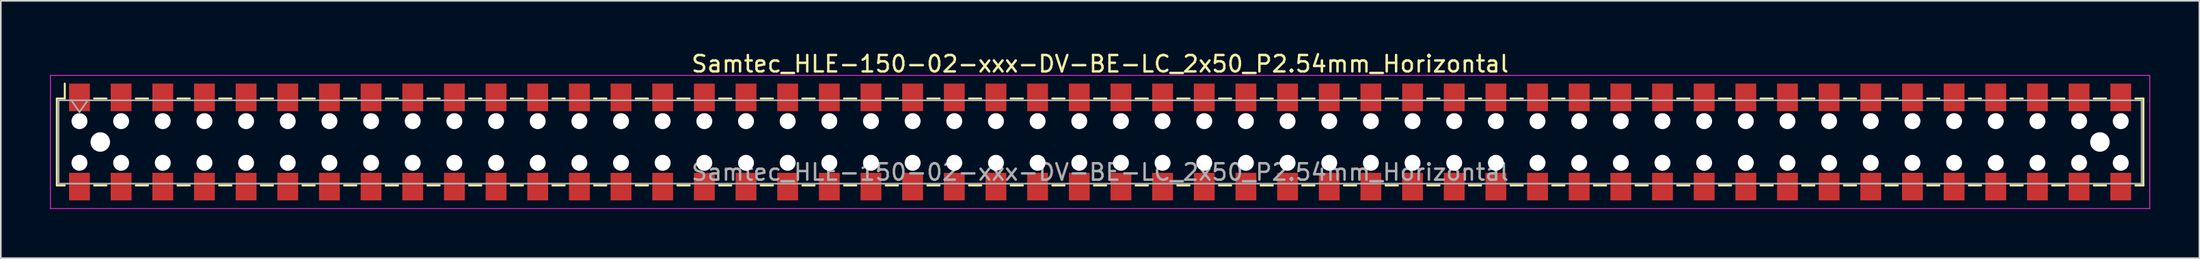
<source format=kicad_pcb>
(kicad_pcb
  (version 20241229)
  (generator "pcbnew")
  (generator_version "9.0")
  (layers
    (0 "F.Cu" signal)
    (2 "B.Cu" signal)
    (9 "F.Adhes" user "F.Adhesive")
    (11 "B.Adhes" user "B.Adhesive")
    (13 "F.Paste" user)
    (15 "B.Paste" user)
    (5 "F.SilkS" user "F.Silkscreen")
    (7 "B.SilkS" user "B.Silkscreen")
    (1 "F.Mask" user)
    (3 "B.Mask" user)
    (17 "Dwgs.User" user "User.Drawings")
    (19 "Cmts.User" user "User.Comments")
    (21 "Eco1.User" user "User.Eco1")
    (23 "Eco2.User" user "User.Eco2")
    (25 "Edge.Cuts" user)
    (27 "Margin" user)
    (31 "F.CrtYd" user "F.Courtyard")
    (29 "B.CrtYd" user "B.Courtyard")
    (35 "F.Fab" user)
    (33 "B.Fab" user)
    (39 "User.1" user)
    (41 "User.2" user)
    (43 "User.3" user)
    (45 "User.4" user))
  (footprint "Samtec_HLE-150-02-xxx-DV-BE-LC_2x50_P2.54mm_Horizontal"
    (layer "F.Cu")
    (at 64.025 5.608)
    (property "Reference" "Samtec_HLE-150-02-xxx-DV-BE-LC_2x50_P2.54mm_Horizontal" (at 0 -4.76 0) (layer "F.SilkS") (effects (font (size 1 1) (thickness 0.15))))
    (attr smd)
    (fp_line (start -63.61 -2.65) (end -63.61 2.65) (stroke (width 0.12) (type solid)) (layer "F.SilkS"))
    (fp_line (start -63.61 2.65) (end -63.125 2.65) (stroke (width 0.12) (type solid)) (layer "F.SilkS"))
    (fp_line (start -63.125 -3.56) (end -63.125 -2.65) (stroke (width 0.12) (type solid)) (layer "F.SilkS"))
    (fp_line (start -63.125 -2.65) (end -63.61 -2.65) (stroke (width 0.12) (type solid)) (layer "F.SilkS"))
    (fp_line (start -61.335 -2.65) (end -60.585 -2.65) (stroke (width 0.12) (type solid)) (layer "F.SilkS"))
    (fp_line (start -61.335 2.65) (end -60.585 2.65) (stroke (width 0.12) (type solid)) (layer "F.SilkS"))
    (fp_line (start -58.795 -2.65) (end -58.045 -2.65) (stroke (width 0.12) (type solid)) (layer "F.SilkS"))
    (fp_line (start -58.795 2.65) (end -58.045 2.65) (stroke (width 0.12) (type solid)) (layer "F.SilkS"))
    (fp_line (start -56.255 -2.65) (end -55.505 -2.65) (stroke (width 0.12) (type solid)) (layer "F.SilkS"))
    (fp_line (start -56.255 2.65) (end -55.505 2.65) (stroke (width 0.12) (type solid)) (layer "F.SilkS"))
    (fp_line (start -53.715 -2.65) (end -52.965 -2.65) (stroke (width 0.12) (type solid)) (layer "F.SilkS"))
    (fp_line (start -53.715 2.65) (end -52.965 2.65) (stroke (width 0.12) (type solid)) (layer "F.SilkS"))
    (fp_line (start -51.175 -2.65) (end -50.425 -2.65) (stroke (width 0.12) (type solid)) (layer "F.SilkS"))
    (fp_line (start -51.175 2.65) (end -50.425 2.65) (stroke (width 0.12) (type solid)) (layer "F.SilkS"))
    (fp_line (start -48.635 -2.65) (end -47.885 -2.65) (stroke (width 0.12) (type solid)) (layer "F.SilkS"))
    (fp_line (start -48.635 2.65) (end -47.885 2.65) (stroke (width 0.12) (type solid)) (layer "F.SilkS"))
    (fp_line (start -46.095 -2.65) (end -45.345 -2.65) (stroke (width 0.12) (type solid)) (layer "F.SilkS"))
    (fp_line (start -46.095 2.65) (end -45.345 2.65) (stroke (width 0.12) (type solid)) (layer "F.SilkS"))
    (fp_line (start -43.555 -2.65) (end -42.805 -2.65) (stroke (width 0.12) (type solid)) (layer "F.SilkS"))
    (fp_line (start -43.555 2.65) (end -42.805 2.65) (stroke (width 0.12) (type solid)) (layer "F.SilkS"))
    (fp_line (start -41.015 -2.65) (end -40.265 -2.65) (stroke (width 0.12) (type solid)) (layer "F.SilkS"))
    (fp_line (start -41.015 2.65) (end -40.265 2.65) (stroke (width 0.12) (type solid)) (layer "F.SilkS"))
    (fp_line (start -38.475 -2.65) (end -37.725 -2.65) (stroke (width 0.12) (type solid)) (layer "F.SilkS"))
    (fp_line (start -38.475 2.65) (end -37.725 2.65) (stroke (width 0.12) (type solid)) (layer "F.SilkS"))
    (fp_line (start -35.935 -2.65) (end -35.185 -2.65) (stroke (width 0.12) (type solid)) (layer "F.SilkS"))
    (fp_line (start -35.935 2.65) (end -35.185 2.65) (stroke (width 0.12) (type solid)) (layer "F.SilkS"))
    (fp_line (start -33.395 -2.65) (end -32.645 -2.65) (stroke (width 0.12) (type solid)) (layer "F.SilkS"))
    (fp_line (start -33.395 2.65) (end -32.645 2.65) (stroke (width 0.12) (type solid)) (layer "F.SilkS"))
    (fp_line (start -30.855 -2.65) (end -30.105 -2.65) (stroke (width 0.12) (type solid)) (layer "F.SilkS"))
    (fp_line (start -30.855 2.65) (end -30.105 2.65) (stroke (width 0.12) (type solid)) (layer "F.SilkS"))
    (fp_line (start -28.315 -2.65) (end -27.565 -2.65) (stroke (width 0.12) (type solid)) (layer "F.SilkS"))
    (fp_line (start -28.315 2.65) (end -27.565 2.65) (stroke (width 0.12) (type solid)) (layer "F.SilkS"))
    (fp_line (start -25.775 -2.65) (end -25.025 -2.65) (stroke (width 0.12) (type solid)) (layer "F.SilkS"))
    (fp_line (start -25.775 2.65) (end -25.025 2.65) (stroke (width 0.12) (type solid)) (layer "F.SilkS"))
    (fp_line (start -23.235 -2.65) (end -22.485 -2.65) (stroke (width 0.12) (type solid)) (layer "F.SilkS"))
    (fp_line (start -23.235 2.65) (end -22.485 2.65) (stroke (width 0.12) (type solid)) (layer "F.SilkS"))
    (fp_line (start -20.695 -2.65) (end -19.945 -2.65) (stroke (width 0.12) (type solid)) (layer "F.SilkS"))
    (fp_line (start -20.695 2.65) (end -19.945 2.65) (stroke (width 0.12) (type solid)) (layer "F.SilkS"))
    (fp_line (start -18.155 -2.65) (end -17.405 -2.65) (stroke (width 0.12) (type solid)) (layer "F.SilkS"))
    (fp_line (start -18.155 2.65) (end -17.405 2.65) (stroke (width 0.12) (type solid)) (layer "F.SilkS"))
    (fp_line (start -15.615 -2.65) (end -14.865 -2.65) (stroke (width 0.12) (type solid)) (layer "F.SilkS"))
    (fp_line (start -15.615 2.65) (end -14.865 2.65) (stroke (width 0.12) (type solid)) (layer "F.SilkS"))
    (fp_line (start -13.075 -2.65) (end -12.325 -2.65) (stroke (width 0.12) (type solid)) (layer "F.SilkS"))
    (fp_line (start -13.075 2.65) (end -12.325 2.65) (stroke (width 0.12) (type solid)) (layer "F.SilkS"))
    (fp_line (start -10.535 -2.65) (end -9.785 -2.65) (stroke (width 0.12) (type solid)) (layer "F.SilkS"))
    (fp_line (start -10.535 2.65) (end -9.785 2.65) (stroke (width 0.12) (type solid)) (layer "F.SilkS"))
    (fp_line (start -7.995 -2.65) (end -7.245 -2.65) (stroke (width 0.12) (type solid)) (layer "F.SilkS"))
    (fp_line (start -7.995 2.65) (end -7.245 2.65) (stroke (width 0.12) (type solid)) (layer "F.SilkS"))
    (fp_line (start -5.455 -2.65) (end -4.705 -2.65) (stroke (width 0.12) (type solid)) (layer "F.SilkS"))
    (fp_line (start -5.455 2.65) (end -4.705 2.65) (stroke (width 0.12) (type solid)) (layer "F.SilkS"))
    (fp_line (start -2.915 -2.65) (end -2.165 -2.65) (stroke (width 0.12) (type solid)) (layer "F.SilkS"))
    (fp_line (start -2.915 2.65) (end -2.165 2.65) (stroke (width 0.12) (type solid)) (layer "F.SilkS"))
    (fp_line (start -0.375 -2.65) (end 0.375 -2.65) (stroke (width 0.12) (type solid)) (layer "F.SilkS"))
    (fp_line (start -0.375 2.65) (end 0.375 2.65) (stroke (width 0.12) (type solid)) (layer "F.SilkS"))
    (fp_line (start 2.165 -2.65) (end 2.915 -2.65) (stroke (width 0.12) (type solid)) (layer "F.SilkS"))
    (fp_line (start 2.165 2.65) (end 2.915 2.65) (stroke (width 0.12) (type solid)) (layer "F.SilkS"))
    (fp_line (start 4.705 -2.65) (end 5.455 -2.65) (stroke (width 0.12) (type solid)) (layer "F.SilkS"))
    (fp_line (start 4.705 2.65) (end 5.455 2.65) (stroke (width 0.12) (type solid)) (layer "F.SilkS"))
    (fp_line (start 7.245 -2.65) (end 7.995 -2.65) (stroke (width 0.12) (type solid)) (layer "F.SilkS"))
    (fp_line (start 7.245 2.65) (end 7.995 2.65) (stroke (width 0.12) (type solid)) (layer "F.SilkS"))
    (fp_line (start 9.785 -2.65) (end 10.535 -2.65) (stroke (width 0.12) (type solid)) (layer "F.SilkS"))
    (fp_line (start 9.785 2.65) (end 10.535 2.65) (stroke (width 0.12) (type solid)) (layer "F.SilkS"))
    (fp_line (start 12.325 -2.65) (end 13.075 -2.65) (stroke (width 0.12) (type solid)) (layer "F.SilkS"))
    (fp_line (start 12.325 2.65) (end 13.075 2.65) (stroke (width 0.12) (type solid)) (layer "F.SilkS"))
    (fp_line (start 14.865 -2.65) (end 15.615 -2.65) (stroke (width 0.12) (type solid)) (layer "F.SilkS"))
    (fp_line (start 14.865 2.65) (end 15.615 2.65) (stroke (width 0.12) (type solid)) (layer "F.SilkS"))
    (fp_line (start 17.405 -2.65) (end 18.155 -2.65) (stroke (width 0.12) (type solid)) (layer "F.SilkS"))
    (fp_line (start 17.405 2.65) (end 18.155 2.65) (stroke (width 0.12) (type solid)) (layer "F.SilkS"))
    (fp_line (start 19.945 -2.65) (end 20.695 -2.65) (stroke (width 0.12) (type solid)) (layer "F.SilkS"))
    (fp_line (start 19.945 2.65) (end 20.695 2.65) (stroke (width 0.12) (type solid)) (layer "F.SilkS"))
    (fp_line (start 22.485 -2.65) (end 23.235 -2.65) (stroke (width 0.12) (type solid)) (layer "F.SilkS"))
    (fp_line (start 22.485 2.65) (end 23.235 2.65) (stroke (width 0.12) (type solid)) (layer "F.SilkS"))
    (fp_line (start 25.025 -2.65) (end 25.775 -2.65) (stroke (width 0.12) (type solid)) (layer "F.SilkS"))
    (fp_line (start 25.025 2.65) (end 25.775 2.65) (stroke (width 0.12) (type solid)) (layer "F.SilkS"))
    (fp_line (start 27.565 -2.65) (end 28.315 -2.65) (stroke (width 0.12) (type solid)) (layer "F.SilkS"))
    (fp_line (start 27.565 2.65) (end 28.315 2.65) (stroke (width 0.12) (type solid)) (layer "F.SilkS"))
    (fp_line (start 30.105 -2.65) (end 30.855 -2.65) (stroke (width 0.12) (type solid)) (layer "F.SilkS"))
    (fp_line (start 30.105 2.65) (end 30.855 2.65) (stroke (width 0.12) (type solid)) (layer "F.SilkS"))
    (fp_line (start 32.645 -2.65) (end 33.395 -2.65) (stroke (width 0.12) (type solid)) (layer "F.SilkS"))
    (fp_line (start 32.645 2.65) (end 33.395 2.65) (stroke (width 0.12) (type solid)) (layer "F.SilkS"))
    (fp_line (start 35.185 -2.65) (end 35.935 -2.65) (stroke (width 0.12) (type solid)) (layer "F.SilkS"))
    (fp_line (start 35.185 2.65) (end 35.935 2.65) (stroke (width 0.12) (type solid)) (layer "F.SilkS"))
    (fp_line (start 37.725 -2.65) (end 38.475 -2.65) (stroke (width 0.12) (type solid)) (layer "F.SilkS"))
    (fp_line (start 37.725 2.65) (end 38.475 2.65) (stroke (width 0.12) (type solid)) (layer "F.SilkS"))
    (fp_line (start 40.265 -2.65) (end 41.015 -2.65) (stroke (width 0.12) (type solid)) (layer "F.SilkS"))
    (fp_line (start 40.265 2.65) (end 41.015 2.65) (stroke (width 0.12) (type solid)) (layer "F.SilkS"))
    (fp_line (start 42.805 -2.65) (end 43.555 -2.65) (stroke (width 0.12) (type solid)) (layer "F.SilkS"))
    (fp_line (start 42.805 2.65) (end 43.555 2.65) (stroke (width 0.12) (type solid)) (layer "F.SilkS"))
    (fp_line (start 45.345 -2.65) (end 46.095 -2.65) (stroke (width 0.12) (type solid)) (layer "F.SilkS"))
    (fp_line (start 45.345 2.65) (end 46.095 2.65) (stroke (width 0.12) (type solid)) (layer "F.SilkS"))
    (fp_line (start 47.885 -2.65) (end 48.635 -2.65) (stroke (width 0.12) (type solid)) (layer "F.SilkS"))
    (fp_line (start 47.885 2.65) (end 48.635 2.65) (stroke (width 0.12) (type solid)) (layer "F.SilkS"))
    (fp_line (start 50.425 -2.65) (end 51.175 -2.65) (stroke (width 0.12) (type solid)) (layer "F.SilkS"))
    (fp_line (start 50.425 2.65) (end 51.175 2.65) (stroke (width 0.12) (type solid)) (layer "F.SilkS"))
    (fp_line (start 52.965 -2.65) (end 53.715 -2.65) (stroke (width 0.12) (type solid)) (layer "F.SilkS"))
    (fp_line (start 52.965 2.65) (end 53.715 2.65) (stroke (width 0.12) (type solid)) (layer "F.SilkS"))
    (fp_line (start 55.505 -2.65) (end 56.255 -2.65) (stroke (width 0.12) (type solid)) (layer "F.SilkS"))
    (fp_line (start 55.505 2.65) (end 56.255 2.65) (stroke (width 0.12) (type solid)) (layer "F.SilkS"))
    (fp_line (start 58.045 -2.65) (end 58.795 -2.65) (stroke (width 0.12) (type solid)) (layer "F.SilkS"))
    (fp_line (start 58.045 2.65) (end 58.795 2.65) (stroke (width 0.12) (type solid)) (layer "F.SilkS"))
    (fp_line (start 60.585 -2.65) (end 61.335 -2.65) (stroke (width 0.12) (type solid)) (layer "F.SilkS"))
    (fp_line (start 60.585 2.65) (end 61.335 2.65) (stroke (width 0.12) (type solid)) (layer "F.SilkS"))
    (fp_line (start 63.125 -2.65) (end 63.61 -2.65) (stroke (width 0.12) (type solid)) (layer "F.SilkS"))
    (fp_line (start 63.61 -2.65) (end 63.61 2.65) (stroke (width 0.12) (type solid)) (layer "F.SilkS"))
    (fp_line (start 63.61 2.65) (end 63.125 2.65) (stroke (width 0.12) (type solid)) (layer "F.SilkS"))
    (fp_line (start -64 -4.06) (end 64 -4.06) (stroke (width 0.05) (type solid)) (layer "F.CrtYd"))
    (fp_line (start -64 4.06) (end -64 -4.06) (stroke (width 0.05) (type solid)) (layer "F.CrtYd"))
    (fp_line (start 64 -4.06) (end 64 4.06) (stroke (width 0.05) (type solid)) (layer "F.CrtYd"))
    (fp_line (start 64 4.06) (end -64 4.06) (stroke (width 0.05) (type solid)) (layer "F.CrtYd"))
    (fp_line (start -63.5 -2.54) (end 63.5 -2.54) (stroke (width 0.1) (type solid)) (layer "F.Fab"))
    (fp_line (start -63.5 2.54) (end -63.5 -2.54) (stroke (width 0.1) (type solid)) (layer "F.Fab"))
    (fp_line (start -62.73 -2.54) (end -62.23 -1.833) (stroke (width 0.1) (type solid)) (layer "F.Fab"))
    (fp_line (start -62.23 -1.833) (end -61.73 -2.54) (stroke (width 0.1) (type solid)) (layer "F.Fab"))
    (fp_line (start 63.5 -2.54) (end 63.5 2.54) (stroke (width 0.1) (type solid)) (layer "F.Fab"))
    (fp_line (start 63.5 2.54) (end -63.5 2.54) (stroke (width 0.1) (type solid)) (layer "F.Fab"))
    (fp_text user "${REFERENCE}" (at 0 1.84 0) (layer "F.Fab") (effects (font (size 1 1) (thickness 0.15))))
    (pad "" np_thru_hole circle (at -62.23 -1.27) (size 0.97 0.97) (drill 0.97) (layers "*.Cu" "*.Mask"))
    (pad "" np_thru_hole circle (at -62.23 1.27) (size 0.97 0.97) (drill 0.97) (layers "*.Cu" "*.Mask"))
    (pad "" np_thru_hole circle (at -60.96 0) (size 1.19 1.19) (drill 1.19) (layers "*.Cu" "*.Mask"))
    (pad "" np_thru_hole circle (at -59.69 -1.27) (size 0.97 0.97) (drill 0.97) (layers "*.Cu" "*.Mask"))
    (pad "" np_thru_hole circle (at -59.69 1.27) (size 0.97 0.97) (drill 0.97) (layers "*.Cu" "*.Mask"))
    (pad "" np_thru_hole circle (at -57.15 -1.27) (size 0.97 0.97) (drill 0.97) (layers "*.Cu" "*.Mask"))
    (pad "" np_thru_hole circle (at -57.15 1.27) (size 0.97 0.97) (drill 0.97) (layers "*.Cu" "*.Mask"))
    (pad "" np_thru_hole circle (at -54.61 -1.27) (size 0.97 0.97) (drill 0.97) (layers "*.Cu" "*.Mask"))
    (pad "" np_thru_hole circle (at -54.61 1.27) (size 0.97 0.97) (drill 0.97) (layers "*.Cu" "*.Mask"))
    (pad "" np_thru_hole circle (at -52.07 -1.27) (size 0.97 0.97) (drill 0.97) (layers "*.Cu" "*.Mask"))
    (pad "" np_thru_hole circle (at -52.07 1.27) (size 0.97 0.97) (drill 0.97) (layers "*.Cu" "*.Mask"))
    (pad "" np_thru_hole circle (at -49.53 -1.27) (size 0.97 0.97) (drill 0.97) (layers "*.Cu" "*.Mask"))
    (pad "" np_thru_hole circle (at -49.53 1.27) (size 0.97 0.97) (drill 0.97) (layers "*.Cu" "*.Mask"))
    (pad "" np_thru_hole circle (at -46.99 -1.27) (size 0.97 0.97) (drill 0.97) (layers "*.Cu" "*.Mask"))
    (pad "" np_thru_hole circle (at -46.99 1.27) (size 0.97 0.97) (drill 0.97) (layers "*.Cu" "*.Mask"))
    (pad "" np_thru_hole circle (at -44.45 -1.27) (size 0.97 0.97) (drill 0.97) (layers "*.Cu" "*.Mask"))
    (pad "" np_thru_hole circle (at -44.45 1.27) (size 0.97 0.97) (drill 0.97) (layers "*.Cu" "*.Mask"))
    (pad "" np_thru_hole circle (at -41.91 -1.27) (size 0.97 0.97) (drill 0.97) (layers "*.Cu" "*.Mask"))
    (pad "" np_thru_hole circle (at -41.91 1.27) (size 0.97 0.97) (drill 0.97) (layers "*.Cu" "*.Mask"))
    (pad "" np_thru_hole circle (at -39.37 -1.27) (size 0.97 0.97) (drill 0.97) (layers "*.Cu" "*.Mask"))
    (pad "" np_thru_hole circle (at -39.37 1.27) (size 0.97 0.97) (drill 0.97) (layers "*.Cu" "*.Mask"))
    (pad "" np_thru_hole circle (at -36.83 -1.27) (size 0.97 0.97) (drill 0.97) (layers "*.Cu" "*.Mask"))
    (pad "" np_thru_hole circle (at -36.83 1.27) (size 0.97 0.97) (drill 0.97) (layers "*.Cu" "*.Mask"))
    (pad "" np_thru_hole circle (at -34.29 -1.27) (size 0.97 0.97) (drill 0.97) (layers "*.Cu" "*.Mask"))
    (pad "" np_thru_hole circle (at -34.29 1.27) (size 0.97 0.97) (drill 0.97) (layers "*.Cu" "*.Mask"))
    (pad "" np_thru_hole circle (at -31.75 -1.27) (size 0.97 0.97) (drill 0.97) (layers "*.Cu" "*.Mask"))
    (pad "" np_thru_hole circle (at -31.75 1.27) (size 0.97 0.97) (drill 0.97) (layers "*.Cu" "*.Mask"))
    (pad "" np_thru_hole circle (at -29.21 -1.27) (size 0.97 0.97) (drill 0.97) (layers "*.Cu" "*.Mask"))
    (pad "" np_thru_hole circle (at -29.21 1.27) (size 0.97 0.97) (drill 0.97) (layers "*.Cu" "*.Mask"))
    (pad "" np_thru_hole circle (at -26.67 -1.27) (size 0.97 0.97) (drill 0.97) (layers "*.Cu" "*.Mask"))
    (pad "" np_thru_hole circle (at -26.67 1.27) (size 0.97 0.97) (drill 0.97) (layers "*.Cu" "*.Mask"))
    (pad "" np_thru_hole circle (at -24.13 -1.27) (size 0.97 0.97) (drill 0.97) (layers "*.Cu" "*.Mask"))
    (pad "" np_thru_hole circle (at -24.13 1.27) (size 0.97 0.97) (drill 0.97) (layers "*.Cu" "*.Mask"))
    (pad "" np_thru_hole circle (at -21.59 -1.27) (size 0.97 0.97) (drill 0.97) (layers "*.Cu" "*.Mask"))
    (pad "" np_thru_hole circle (at -21.59 1.27) (size 0.97 0.97) (drill 0.97) (layers "*.Cu" "*.Mask"))
    (pad "" np_thru_hole circle (at -19.05 -1.27) (size 0.97 0.97) (drill 0.97) (layers "*.Cu" "*.Mask"))
    (pad "" np_thru_hole circle (at -19.05 1.27) (size 0.97 0.97) (drill 0.97) (layers "*.Cu" "*.Mask"))
    (pad "" np_thru_hole circle (at -16.51 -1.27) (size 0.97 0.97) (drill 0.97) (layers "*.Cu" "*.Mask"))
    (pad "" np_thru_hole circle (at -16.51 1.27) (size 0.97 0.97) (drill 0.97) (layers "*.Cu" "*.Mask"))
    (pad "" np_thru_hole circle (at -13.97 -1.27) (size 0.97 0.97) (drill 0.97) (layers "*.Cu" "*.Mask"))
    (pad "" np_thru_hole circle (at -13.97 1.27) (size 0.97 0.97) (drill 0.97) (layers "*.Cu" "*.Mask"))
    (pad "" np_thru_hole circle (at -11.43 -1.27) (size 0.97 0.97) (drill 0.97) (layers "*.Cu" "*.Mask"))
    (pad "" np_thru_hole circle (at -11.43 1.27) (size 0.97 0.97) (drill 0.97) (layers "*.Cu" "*.Mask"))
    (pad "" np_thru_hole circle (at -8.89 -1.27) (size 0.97 0.97) (drill 0.97) (layers "*.Cu" "*.Mask"))
    (pad "" np_thru_hole circle (at -8.89 1.27) (size 0.97 0.97) (drill 0.97) (layers "*.Cu" "*.Mask"))
    (pad "" np_thru_hole circle (at -6.35 -1.27) (size 0.97 0.97) (drill 0.97) (layers "*.Cu" "*.Mask"))
    (pad "" np_thru_hole circle (at -6.35 1.27) (size 0.97 0.97) (drill 0.97) (layers "*.Cu" "*.Mask"))
    (pad "" np_thru_hole circle (at -3.81 -1.27) (size 0.97 0.97) (drill 0.97) (layers "*.Cu" "*.Mask"))
    (pad "" np_thru_hole circle (at -3.81 1.27) (size 0.97 0.97) (drill 0.97) (layers "*.Cu" "*.Mask"))
    (pad "" np_thru_hole circle (at -1.27 -1.27) (size 0.97 0.97) (drill 0.97) (layers "*.Cu" "*.Mask"))
    (pad "" np_thru_hole circle (at -1.27 1.27) (size 0.97 0.97) (drill 0.97) (layers "*.Cu" "*.Mask"))
    (pad "" np_thru_hole circle (at 1.27 -1.27) (size 0.97 0.97) (drill 0.97) (layers "*.Cu" "*.Mask"))
    (pad "" np_thru_hole circle (at 1.27 1.27) (size 0.97 0.97) (drill 0.97) (layers "*.Cu" "*.Mask"))
    (pad "" np_thru_hole circle (at 3.81 -1.27) (size 0.97 0.97) (drill 0.97) (layers "*.Cu" "*.Mask"))
    (pad "" np_thru_hole circle (at 3.81 1.27) (size 0.97 0.97) (drill 0.97) (layers "*.Cu" "*.Mask"))
    (pad "" np_thru_hole circle (at 6.35 -1.27) (size 0.97 0.97) (drill 0.97) (layers "*.Cu" "*.Mask"))
    (pad "" np_thru_hole circle (at 6.35 1.27) (size 0.97 0.97) (drill 0.97) (layers "*.Cu" "*.Mask"))
    (pad "" np_thru_hole circle (at 8.89 -1.27) (size 0.97 0.97) (drill 0.97) (layers "*.Cu" "*.Mask"))
    (pad "" np_thru_hole circle (at 8.89 1.27) (size 0.97 0.97) (drill 0.97) (layers "*.Cu" "*.Mask"))
    (pad "" np_thru_hole circle (at 11.43 -1.27) (size 0.97 0.97) (drill 0.97) (layers "*.Cu" "*.Mask"))
    (pad "" np_thru_hole circle (at 11.43 1.27) (size 0.97 0.97) (drill 0.97) (layers "*.Cu" "*.Mask"))
    (pad "" np_thru_hole circle (at 13.97 -1.27) (size 0.97 0.97) (drill 0.97) (layers "*.Cu" "*.Mask"))
    (pad "" np_thru_hole circle (at 13.97 1.27) (size 0.97 0.97) (drill 0.97) (layers "*.Cu" "*.Mask"))
    (pad "" np_thru_hole circle (at 16.51 -1.27) (size 0.97 0.97) (drill 0.97) (layers "*.Cu" "*.Mask"))
    (pad "" np_thru_hole circle (at 16.51 1.27) (size 0.97 0.97) (drill 0.97) (layers "*.Cu" "*.Mask"))
    (pad "" np_thru_hole circle (at 19.05 -1.27) (size 0.97 0.97) (drill 0.97) (layers "*.Cu" "*.Mask"))
    (pad "" np_thru_hole circle (at 19.05 1.27) (size 0.97 0.97) (drill 0.97) (layers "*.Cu" "*.Mask"))
    (pad "" np_thru_hole circle (at 21.59 -1.27) (size 0.97 0.97) (drill 0.97) (layers "*.Cu" "*.Mask"))
    (pad "" np_thru_hole circle (at 21.59 1.27) (size 0.97 0.97) (drill 0.97) (layers "*.Cu" "*.Mask"))
    (pad "" np_thru_hole circle (at 24.13 -1.27) (size 0.97 0.97) (drill 0.97) (layers "*.Cu" "*.Mask"))
    (pad "" np_thru_hole circle (at 24.13 1.27) (size 0.97 0.97) (drill 0.97) (layers "*.Cu" "*.Mask"))
    (pad "" np_thru_hole circle (at 26.67 -1.27) (size 0.97 0.97) (drill 0.97) (layers "*.Cu" "*.Mask"))
    (pad "" np_thru_hole circle (at 26.67 1.27) (size 0.97 0.97) (drill 0.97) (layers "*.Cu" "*.Mask"))
    (pad "" np_thru_hole circle (at 29.21 -1.27) (size 0.97 0.97) (drill 0.97) (layers "*.Cu" "*.Mask"))
    (pad "" np_thru_hole circle (at 29.21 1.27) (size 0.97 0.97) (drill 0.97) (layers "*.Cu" "*.Mask"))
    (pad "" np_thru_hole circle (at 31.75 -1.27) (size 0.97 0.97) (drill 0.97) (layers "*.Cu" "*.Mask"))
    (pad "" np_thru_hole circle (at 31.75 1.27) (size 0.97 0.97) (drill 0.97) (layers "*.Cu" "*.Mask"))
    (pad "" np_thru_hole circle (at 34.29 -1.27) (size 0.97 0.97) (drill 0.97) (layers "*.Cu" "*.Mask"))
    (pad "" np_thru_hole circle (at 34.29 1.27) (size 0.97 0.97) (drill 0.97) (layers "*.Cu" "*.Mask"))
    (pad "" np_thru_hole circle (at 36.83 -1.27) (size 0.97 0.97) (drill 0.97) (layers "*.Cu" "*.Mask"))
    (pad "" np_thru_hole circle (at 36.83 1.27) (size 0.97 0.97) (drill 0.97) (layers "*.Cu" "*.Mask"))
    (pad "" np_thru_hole circle (at 39.37 -1.27) (size 0.97 0.97) (drill 0.97) (layers "*.Cu" "*.Mask"))
    (pad "" np_thru_hole circle (at 39.37 1.27) (size 0.97 0.97) (drill 0.97) (layers "*.Cu" "*.Mask"))
    (pad "" np_thru_hole circle (at 41.91 -1.27) (size 0.97 0.97) (drill 0.97) (layers "*.Cu" "*.Mask"))
    (pad "" np_thru_hole circle (at 41.91 1.27) (size 0.97 0.97) (drill 0.97) (layers "*.Cu" "*.Mask"))
    (pad "" np_thru_hole circle (at 44.45 -1.27) (size 0.97 0.97) (drill 0.97) (layers "*.Cu" "*.Mask"))
    (pad "" np_thru_hole circle (at 44.45 1.27) (size 0.97 0.97) (drill 0.97) (layers "*.Cu" "*.Mask"))
    (pad "" np_thru_hole circle (at 46.99 -1.27) (size 0.97 0.97) (drill 0.97) (layers "*.Cu" "*.Mask"))
    (pad "" np_thru_hole circle (at 46.99 1.27) (size 0.97 0.97) (drill 0.97) (layers "*.Cu" "*.Mask"))
    (pad "" np_thru_hole circle (at 49.53 -1.27) (size 0.97 0.97) (drill 0.97) (layers "*.Cu" "*.Mask"))
    (pad "" np_thru_hole circle (at 49.53 1.27) (size 0.97 0.97) (drill 0.97) (layers "*.Cu" "*.Mask"))
    (pad "" np_thru_hole circle (at 52.07 -1.27) (size 0.97 0.97) (drill 0.97) (layers "*.Cu" "*.Mask"))
    (pad "" np_thru_hole circle (at 52.07 1.27) (size 0.97 0.97) (drill 0.97) (layers "*.Cu" "*.Mask"))
    (pad "" np_thru_hole circle (at 54.61 -1.27) (size 0.97 0.97) (drill 0.97) (layers "*.Cu" "*.Mask"))
    (pad "" np_thru_hole circle (at 54.61 1.27) (size 0.97 0.97) (drill 0.97) (layers "*.Cu" "*.Mask"))
    (pad "" np_thru_hole circle (at 57.15 -1.27) (size 0.97 0.97) (drill 0.97) (layers "*.Cu" "*.Mask"))
    (pad "" np_thru_hole circle (at 57.15 1.27) (size 0.97 0.97) (drill 0.97) (layers "*.Cu" "*.Mask"))
    (pad "" np_thru_hole circle (at 59.69 -1.27) (size 0.97 0.97) (drill 0.97) (layers "*.Cu" "*.Mask"))
    (pad "" np_thru_hole circle (at 59.69 1.27) (size 0.97 0.97) (drill 0.97) (layers "*.Cu" "*.Mask"))
    (pad "" np_thru_hole circle (at 60.96 0) (size 1.19 1.19) (drill 1.19) (layers "*.Cu" "*.Mask"))
    (pad "" np_thru_hole circle (at 62.23 -1.27) (size 0.97 0.97) (drill 0.97) (layers "*.Cu" "*.Mask"))
    (pad "" np_thru_hole circle (at 62.23 1.27) (size 0.97 0.97) (drill 0.97) (layers "*.Cu" "*.Mask"))
    (pad "1" smd rect (at -62.23 -2.72) (size 1.27 1.68) (layers "F.Cu" "F.Mask" "F.Paste"))
    (pad "2" smd rect (at -62.23 2.72) (size 1.27 1.68) (layers "F.Cu" "F.Mask" "F.Paste"))
    (pad "3" smd rect (at -59.69 -2.72) (size 1.27 1.68) (layers "F.Cu" "F.Mask" "F.Paste"))
    (pad "4" smd rect (at -59.69 2.72) (size 1.27 1.68) (layers "F.Cu" "F.Mask" "F.Paste"))
    (pad "5" smd rect (at -57.15 -2.72) (size 1.27 1.68) (layers "F.Cu" "F.Mask" "F.Paste"))
    (pad "6" smd rect (at -57.15 2.72) (size 1.27 1.68) (layers "F.Cu" "F.Mask" "F.Paste"))
    (pad "7" smd rect (at -54.61 -2.72) (size 1.27 1.68) (layers "F.Cu" "F.Mask" "F.Paste"))
    (pad "8" smd rect (at -54.61 2.72) (size 1.27 1.68) (layers "F.Cu" "F.Mask" "F.Paste"))
    (pad "9" smd rect (at -52.07 -2.72) (size 1.27 1.68) (layers "F.Cu" "F.Mask" "F.Paste"))
    (pad "10" smd rect (at -52.07 2.72) (size 1.27 1.68) (layers "F.Cu" "F.Mask" "F.Paste"))
    (pad "11" smd rect (at -49.53 -2.72) (size 1.27 1.68) (layers "F.Cu" "F.Mask" "F.Paste"))
    (pad "12" smd rect (at -49.53 2.72) (size 1.27 1.68) (layers "F.Cu" "F.Mask" "F.Paste"))
    (pad "13" smd rect (at -46.99 -2.72) (size 1.27 1.68) (layers "F.Cu" "F.Mask" "F.Paste"))
    (pad "14" smd rect (at -46.99 2.72) (size 1.27 1.68) (layers "F.Cu" "F.Mask" "F.Paste"))
    (pad "15" smd rect (at -44.45 -2.72) (size 1.27 1.68) (layers "F.Cu" "F.Mask" "F.Paste"))
    (pad "16" smd rect (at -44.45 2.72) (size 1.27 1.68) (layers "F.Cu" "F.Mask" "F.Paste"))
    (pad "17" smd rect (at -41.91 -2.72) (size 1.27 1.68) (layers "F.Cu" "F.Mask" "F.Paste"))
    (pad "18" smd rect (at -41.91 2.72) (size 1.27 1.68) (layers "F.Cu" "F.Mask" "F.Paste"))
    (pad "19" smd rect (at -39.37 -2.72) (size 1.27 1.68) (layers "F.Cu" "F.Mask" "F.Paste"))
    (pad "20" smd rect (at -39.37 2.72) (size 1.27 1.68) (layers "F.Cu" "F.Mask" "F.Paste"))
    (pad "21" smd rect (at -36.83 -2.72) (size 1.27 1.68) (layers "F.Cu" "F.Mask" "F.Paste"))
    (pad "22" smd rect (at -36.83 2.72) (size 1.27 1.68) (layers "F.Cu" "F.Mask" "F.Paste"))
    (pad "23" smd rect (at -34.29 -2.72) (size 1.27 1.68) (layers "F.Cu" "F.Mask" "F.Paste"))
    (pad "24" smd rect (at -34.29 2.72) (size 1.27 1.68) (layers "F.Cu" "F.Mask" "F.Paste"))
    (pad "25" smd rect (at -31.75 -2.72) (size 1.27 1.68) (layers "F.Cu" "F.Mask" "F.Paste"))
    (pad "26" smd rect (at -31.75 2.72) (size 1.27 1.68) (layers "F.Cu" "F.Mask" "F.Paste"))
    (pad "27" smd rect (at -29.21 -2.72) (size 1.27 1.68) (layers "F.Cu" "F.Mask" "F.Paste"))
    (pad "28" smd rect (at -29.21 2.72) (size 1.27 1.68) (layers "F.Cu" "F.Mask" "F.Paste"))
    (pad "29" smd rect (at -26.67 -2.72) (size 1.27 1.68) (layers "F.Cu" "F.Mask" "F.Paste"))
    (pad "30" smd rect (at -26.67 2.72) (size 1.27 1.68) (layers "F.Cu" "F.Mask" "F.Paste"))
    (pad "31" smd rect (at -24.13 -2.72) (size 1.27 1.68) (layers "F.Cu" "F.Mask" "F.Paste"))
    (pad "32" smd rect (at -24.13 2.72) (size 1.27 1.68) (layers "F.Cu" "F.Mask" "F.Paste"))
    (pad "33" smd rect (at -21.59 -2.72) (size 1.27 1.68) (layers "F.Cu" "F.Mask" "F.Paste"))
    (pad "34" smd rect (at -21.59 2.72) (size 1.27 1.68) (layers "F.Cu" "F.Mask" "F.Paste"))
    (pad "35" smd rect (at -19.05 -2.72) (size 1.27 1.68) (layers "F.Cu" "F.Mask" "F.Paste"))
    (pad "36" smd rect (at -19.05 2.72) (size 1.27 1.68) (layers "F.Cu" "F.Mask" "F.Paste"))
    (pad "37" smd rect (at -16.51 -2.72) (size 1.27 1.68) (layers "F.Cu" "F.Mask" "F.Paste"))
    (pad "38" smd rect (at -16.51 2.72) (size 1.27 1.68) (layers "F.Cu" "F.Mask" "F.Paste"))
    (pad "39" smd rect (at -13.97 -2.72) (size 1.27 1.68) (layers "F.Cu" "F.Mask" "F.Paste"))
    (pad "40" smd rect (at -13.97 2.72) (size 1.27 1.68) (layers "F.Cu" "F.Mask" "F.Paste"))
    (pad "41" smd rect (at -11.43 -2.72) (size 1.27 1.68) (layers "F.Cu" "F.Mask" "F.Paste"))
    (pad "42" smd rect (at -11.43 2.72) (size 1.27 1.68) (layers "F.Cu" "F.Mask" "F.Paste"))
    (pad "43" smd rect (at -8.89 -2.72) (size 1.27 1.68) (layers "F.Cu" "F.Mask" "F.Paste"))
    (pad "44" smd rect (at -8.89 2.72) (size 1.27 1.68) (layers "F.Cu" "F.Mask" "F.Paste"))
    (pad "45" smd rect (at -6.35 -2.72) (size 1.27 1.68) (layers "F.Cu" "F.Mask" "F.Paste"))
    (pad "46" smd rect (at -6.35 2.72) (size 1.27 1.68) (layers "F.Cu" "F.Mask" "F.Paste"))
    (pad "47" smd rect (at -3.81 -2.72) (size 1.27 1.68) (layers "F.Cu" "F.Mask" "F.Paste"))
    (pad "48" smd rect (at -3.81 2.72) (size 1.27 1.68) (layers "F.Cu" "F.Mask" "F.Paste"))
    (pad "49" smd rect (at -1.27 -2.72) (size 1.27 1.68) (layers "F.Cu" "F.Mask" "F.Paste"))
    (pad "50" smd rect (at -1.27 2.72) (size 1.27 1.68) (layers "F.Cu" "F.Mask" "F.Paste"))
    (pad "51" smd rect (at 1.27 -2.72) (size 1.27 1.68) (layers "F.Cu" "F.Mask" "F.Paste"))
    (pad "52" smd rect (at 1.27 2.72) (size 1.27 1.68) (layers "F.Cu" "F.Mask" "F.Paste"))
    (pad "53" smd rect (at 3.81 -2.72) (size 1.27 1.68) (layers "F.Cu" "F.Mask" "F.Paste"))
    (pad "54" smd rect (at 3.81 2.72) (size 1.27 1.68) (layers "F.Cu" "F.Mask" "F.Paste"))
    (pad "55" smd rect (at 6.35 -2.72) (size 1.27 1.68) (layers "F.Cu" "F.Mask" "F.Paste"))
    (pad "56" smd rect (at 6.35 2.72) (size 1.27 1.68) (layers "F.Cu" "F.Mask" "F.Paste"))
    (pad "57" smd rect (at 8.89 -2.72) (size 1.27 1.68) (layers "F.Cu" "F.Mask" "F.Paste"))
    (pad "58" smd rect (at 8.89 2.72) (size 1.27 1.68) (layers "F.Cu" "F.Mask" "F.Paste"))
    (pad "59" smd rect (at 11.43 -2.72) (size 1.27 1.68) (layers "F.Cu" "F.Mask" "F.Paste"))
    (pad "60" smd rect (at 11.43 2.72) (size 1.27 1.68) (layers "F.Cu" "F.Mask" "F.Paste"))
    (pad "61" smd rect (at 13.97 -2.72) (size 1.27 1.68) (layers "F.Cu" "F.Mask" "F.Paste"))
    (pad "62" smd rect (at 13.97 2.72) (size 1.27 1.68) (layers "F.Cu" "F.Mask" "F.Paste"))
    (pad "63" smd rect (at 16.51 -2.72) (size 1.27 1.68) (layers "F.Cu" "F.Mask" "F.Paste"))
    (pad "64" smd rect (at 16.51 2.72) (size 1.27 1.68) (layers "F.Cu" "F.Mask" "F.Paste"))
    (pad "65" smd rect (at 19.05 -2.72) (size 1.27 1.68) (layers "F.Cu" "F.Mask" "F.Paste"))
    (pad "66" smd rect (at 19.05 2.72) (size 1.27 1.68) (layers "F.Cu" "F.Mask" "F.Paste"))
    (pad "67" smd rect (at 21.59 -2.72) (size 1.27 1.68) (layers "F.Cu" "F.Mask" "F.Paste"))
    (pad "68" smd rect (at 21.59 2.72) (size 1.27 1.68) (layers "F.Cu" "F.Mask" "F.Paste"))
    (pad "69" smd rect (at 24.13 -2.72) (size 1.27 1.68) (layers "F.Cu" "F.Mask" "F.Paste"))
    (pad "70" smd rect (at 24.13 2.72) (size 1.27 1.68) (layers "F.Cu" "F.Mask" "F.Paste"))
    (pad "71" smd rect (at 26.67 -2.72) (size 1.27 1.68) (layers "F.Cu" "F.Mask" "F.Paste"))
    (pad "72" smd rect (at 26.67 2.72) (size 1.27 1.68) (layers "F.Cu" "F.Mask" "F.Paste"))
    (pad "73" smd rect (at 29.21 -2.72) (size 1.27 1.68) (layers "F.Cu" "F.Mask" "F.Paste"))
    (pad "74" smd rect (at 29.21 2.72) (size 1.27 1.68) (layers "F.Cu" "F.Mask" "F.Paste"))
    (pad "75" smd rect (at 31.75 -2.72) (size 1.27 1.68) (layers "F.Cu" "F.Mask" "F.Paste"))
    (pad "76" smd rect (at 31.75 2.72) (size 1.27 1.68) (layers "F.Cu" "F.Mask" "F.Paste"))
    (pad "77" smd rect (at 34.29 -2.72) (size 1.27 1.68) (layers "F.Cu" "F.Mask" "F.Paste"))
    (pad "78" smd rect (at 34.29 2.72) (size 1.27 1.68) (layers "F.Cu" "F.Mask" "F.Paste"))
    (pad "79" smd rect (at 36.83 -2.72) (size 1.27 1.68) (layers "F.Cu" "F.Mask" "F.Paste"))
    (pad "80" smd rect (at 36.83 2.72) (size 1.27 1.68) (layers "F.Cu" "F.Mask" "F.Paste"))
    (pad "81" smd rect (at 39.37 -2.72) (size 1.27 1.68) (layers "F.Cu" "F.Mask" "F.Paste"))
    (pad "82" smd rect (at 39.37 2.72) (size 1.27 1.68) (layers "F.Cu" "F.Mask" "F.Paste"))
    (pad "83" smd rect (at 41.91 -2.72) (size 1.27 1.68) (layers "F.Cu" "F.Mask" "F.Paste"))
    (pad "84" smd rect (at 41.91 2.72) (size 1.27 1.68) (layers "F.Cu" "F.Mask" "F.Paste"))
    (pad "85" smd rect (at 44.45 -2.72) (size 1.27 1.68) (layers "F.Cu" "F.Mask" "F.Paste"))
    (pad "86" smd rect (at 44.45 2.72) (size 1.27 1.68) (layers "F.Cu" "F.Mask" "F.Paste"))
    (pad "87" smd rect (at 46.99 -2.72) (size 1.27 1.68) (layers "F.Cu" "F.Mask" "F.Paste"))
    (pad "88" smd rect (at 46.99 2.72) (size 1.27 1.68) (layers "F.Cu" "F.Mask" "F.Paste"))
    (pad "89" smd rect (at 49.53 -2.72) (size 1.27 1.68) (layers "F.Cu" "F.Mask" "F.Paste"))
    (pad "90" smd rect (at 49.53 2.72) (size 1.27 1.68) (layers "F.Cu" "F.Mask" "F.Paste"))
    (pad "91" smd rect (at 52.07 -2.72) (size 1.27 1.68) (layers "F.Cu" "F.Mask" "F.Paste"))
    (pad "92" smd rect (at 52.07 2.72) (size 1.27 1.68) (layers "F.Cu" "F.Mask" "F.Paste"))
    (pad "93" smd rect (at 54.61 -2.72) (size 1.27 1.68) (layers "F.Cu" "F.Mask" "F.Paste"))
    (pad "94" smd rect (at 54.61 2.72) (size 1.27 1.68) (layers "F.Cu" "F.Mask" "F.Paste"))
    (pad "95" smd rect (at 57.15 -2.72) (size 1.27 1.68) (layers "F.Cu" "F.Mask" "F.Paste"))
    (pad "96" smd rect (at 57.15 2.72) (size 1.27 1.68) (layers "F.Cu" "F.Mask" "F.Paste"))
    (pad "97" smd rect (at 59.69 -2.72) (size 1.27 1.68) (layers "F.Cu" "F.Mask" "F.Paste"))
    (pad "98" smd rect (at 59.69 2.72) (size 1.27 1.68) (layers "F.Cu" "F.Mask" "F.Paste"))
    (pad "99" smd rect (at 62.23 -2.72) (size 1.27 1.68) (layers "F.Cu" "F.Mask" "F.Paste"))
    (pad "100" smd rect (at 62.23 2.72) (size 1.27 1.68) (layers "F.Cu" "F.Mask" "F.Paste")))
  (gr_rect
    (start -3 -3)
    (end 131.05 12.693)
    (stroke (width 0.1) (type default))
    (fill no)
    (layer "Edge.Cuts")))
</source>
